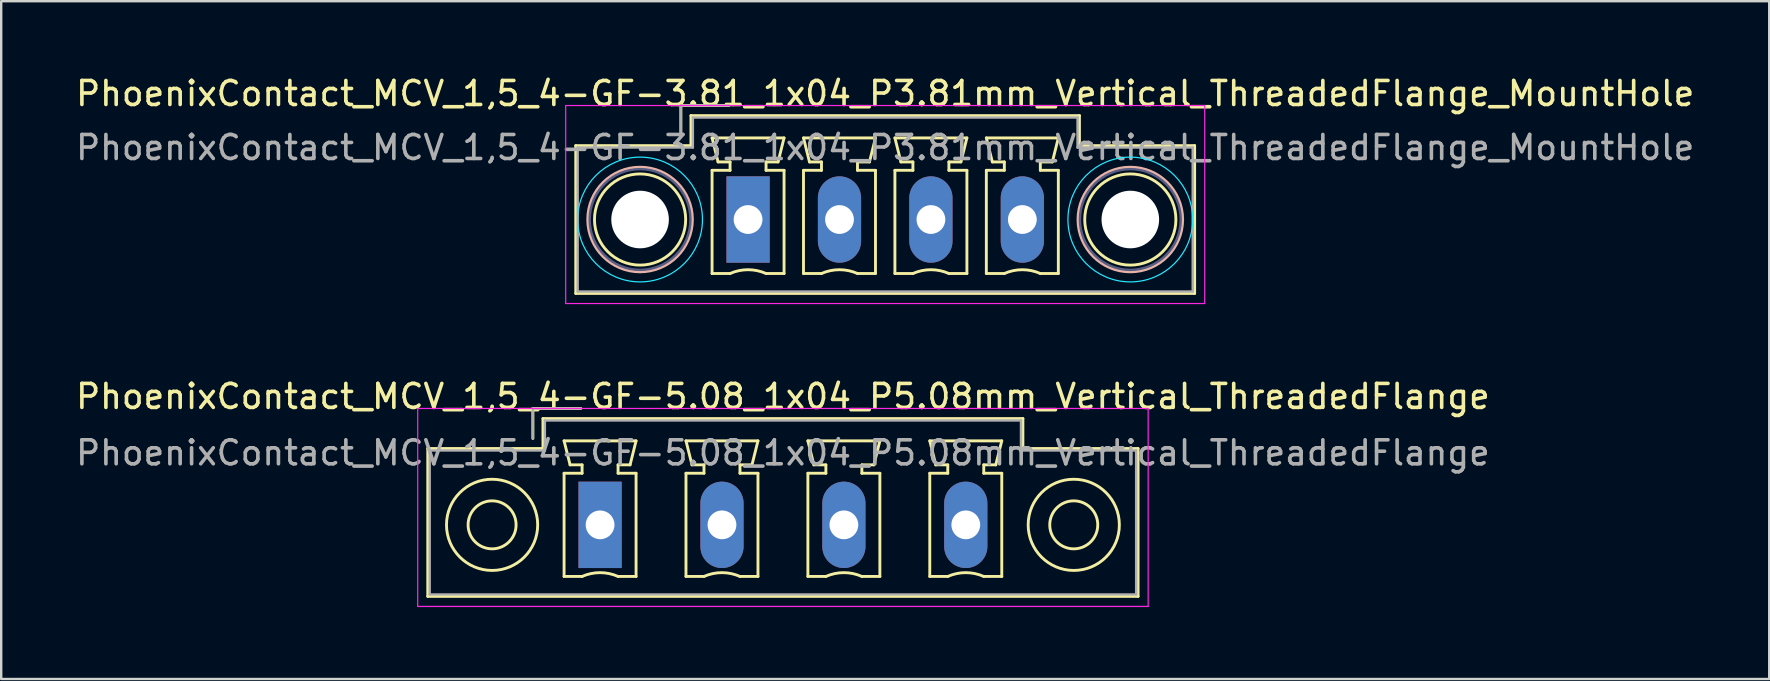
<source format=kicad_pcb>
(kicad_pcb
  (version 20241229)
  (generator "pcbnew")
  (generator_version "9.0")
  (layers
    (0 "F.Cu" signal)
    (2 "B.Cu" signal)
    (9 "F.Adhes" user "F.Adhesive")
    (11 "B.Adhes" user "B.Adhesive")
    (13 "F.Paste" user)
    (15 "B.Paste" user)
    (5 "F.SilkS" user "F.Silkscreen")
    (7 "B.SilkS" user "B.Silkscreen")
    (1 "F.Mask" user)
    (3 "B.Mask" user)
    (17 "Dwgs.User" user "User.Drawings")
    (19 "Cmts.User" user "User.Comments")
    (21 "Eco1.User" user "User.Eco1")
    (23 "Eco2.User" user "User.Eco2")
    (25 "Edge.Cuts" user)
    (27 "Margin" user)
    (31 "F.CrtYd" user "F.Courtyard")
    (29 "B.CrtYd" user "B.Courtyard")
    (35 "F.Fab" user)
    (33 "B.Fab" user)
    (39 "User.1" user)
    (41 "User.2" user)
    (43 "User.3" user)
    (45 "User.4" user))
  (footprint "PhoenixContact_MCV_1,5_4-GF-3.81_1x04_P3.81mm_Vertical_ThreadedFlange_MountHole"
    (layer "F.Cu")
    (at 28.124 6.098)
    (property "Reference" "PhoenixContact_MCV_1,5_4-GF-3.81_1x04_P3.81mm_Vertical_ThreadedFlange_MountHole" (at 5.715 -5.25 0) (layer "F.SilkS") (effects (font (size 1 1) (thickness 0.15))))
    (attr through_hole)
    (fp_line (start -7.18 -3.08) (end -7.18 3.08) (stroke (width 0.12) (type solid)) (layer "F.SilkS"))
    (fp_line (start -7.18 3.08) (end 18.61 3.08) (stroke (width 0.12) (type solid)) (layer "F.SilkS"))
    (fp_line (start -2.8 -4.75) (end -0.8 -4.75) (stroke (width 0.12) (type solid)) (layer "F.SilkS"))
    (fp_line (start -2.8 -3.5) (end -2.8 -4.75) (stroke (width 0.12) (type solid)) (layer "F.SilkS"))
    (fp_line (start -2.38 -4.33) (end -2.38 -3.08) (stroke (width 0.12) (type solid)) (layer "F.SilkS"))
    (fp_line (start -2.38 -3.08) (end -7.18 -3.08) (stroke (width 0.12) (type solid)) (layer "F.SilkS"))
    (fp_line (start -1.5 -3.4) (end 1.5 -3.4) (stroke (width 0.12) (type solid)) (layer "F.SilkS"))
    (fp_line (start -1.5 -2.05) (end -0.75 -2.05) (stroke (width 0.12) (type solid)) (layer "F.SilkS"))
    (fp_line (start -1.5 2.25) (end -1.5 -2.05) (stroke (width 0.12) (type solid)) (layer "F.SilkS"))
    (fp_line (start -1.25 -2.4) (end -1.5 -3.4) (stroke (width 0.12) (type solid)) (layer "F.SilkS"))
    (fp_line (start -0.75 -2.4) (end -1.25 -2.4) (stroke (width 0.12) (type solid)) (layer "F.SilkS"))
    (fp_line (start -0.75 -2.05) (end -0.75 -2.4) (stroke (width 0.12) (type solid)) (layer "F.SilkS"))
    (fp_line (start -0.75 2.25) (end -1.5 2.25) (stroke (width 0.12) (type solid)) (layer "F.SilkS"))
    (fp_line (start 0.75 -2.4) (end 0.75 -2.05) (stroke (width 0.12) (type solid)) (layer "F.SilkS"))
    (fp_line (start 0.75 -2.05) (end 1.5 -2.05) (stroke (width 0.12) (type solid)) (layer "F.SilkS"))
    (fp_line (start 1.25 -2.4) (end 0.75 -2.4) (stroke (width 0.12) (type solid)) (layer "F.SilkS"))
    (fp_line (start 1.5 -3.4) (end 1.25 -2.4) (stroke (width 0.12) (type solid)) (layer "F.SilkS"))
    (fp_line (start 1.5 -2.05) (end 1.5 2.25) (stroke (width 0.12) (type solid)) (layer "F.SilkS"))
    (fp_line (start 1.5 2.25) (end 0.75 2.25) (stroke (width 0.12) (type solid)) (layer "F.SilkS"))
    (fp_line (start 2.31 -3.4) (end 5.31 -3.4) (stroke (width 0.12) (type solid)) (layer "F.SilkS"))
    (fp_line (start 2.31 -2.05) (end 3.06 -2.05) (stroke (width 0.12) (type solid)) (layer "F.SilkS"))
    (fp_line (start 2.31 2.25) (end 2.31 -2.05) (stroke (width 0.12) (type solid)) (layer "F.SilkS"))
    (fp_line (start 2.56 -2.4) (end 2.31 -3.4) (stroke (width 0.12) (type solid)) (layer "F.SilkS"))
    (fp_line (start 3.06 -2.4) (end 2.56 -2.4) (stroke (width 0.12) (type solid)) (layer "F.SilkS"))
    (fp_line (start 3.06 -2.05) (end 3.06 -2.4) (stroke (width 0.12) (type solid)) (layer "F.SilkS"))
    (fp_line (start 3.06 2.25) (end 2.31 2.25) (stroke (width 0.12) (type solid)) (layer "F.SilkS"))
    (fp_line (start 4.56 -2.4) (end 4.56 -2.05) (stroke (width 0.12) (type solid)) (layer "F.SilkS"))
    (fp_line (start 4.56 -2.05) (end 5.31 -2.05) (stroke (width 0.12) (type solid)) (layer "F.SilkS"))
    (fp_line (start 5.06 -2.4) (end 4.56 -2.4) (stroke (width 0.12) (type solid)) (layer "F.SilkS"))
    (fp_line (start 5.31 -3.4) (end 5.06 -2.4) (stroke (width 0.12) (type solid)) (layer "F.SilkS"))
    (fp_line (start 5.31 -2.05) (end 5.31 2.25) (stroke (width 0.12) (type solid)) (layer "F.SilkS"))
    (fp_line (start 5.31 2.25) (end 4.56 2.25) (stroke (width 0.12) (type solid)) (layer "F.SilkS"))
    (fp_line (start 6.12 -3.4) (end 9.12 -3.4) (stroke (width 0.12) (type solid)) (layer "F.SilkS"))
    (fp_line (start 6.12 -2.05) (end 6.87 -2.05) (stroke (width 0.12) (type solid)) (layer "F.SilkS"))
    (fp_line (start 6.12 2.25) (end 6.12 -2.05) (stroke (width 0.12) (type solid)) (layer "F.SilkS"))
    (fp_line (start 6.37 -2.4) (end 6.12 -3.4) (stroke (width 0.12) (type solid)) (layer "F.SilkS"))
    (fp_line (start 6.87 -2.4) (end 6.37 -2.4) (stroke (width 0.12) (type solid)) (layer "F.SilkS"))
    (fp_line (start 6.87 -2.05) (end 6.87 -2.4) (stroke (width 0.12) (type solid)) (layer "F.SilkS"))
    (fp_line (start 6.87 2.25) (end 6.12 2.25) (stroke (width 0.12) (type solid)) (layer "F.SilkS"))
    (fp_line (start 8.37 -2.4) (end 8.37 -2.05) (stroke (width 0.12) (type solid)) (layer "F.SilkS"))
    (fp_line (start 8.37 -2.05) (end 9.12 -2.05) (stroke (width 0.12) (type solid)) (layer "F.SilkS"))
    (fp_line (start 8.87 -2.4) (end 8.37 -2.4) (stroke (width 0.12) (type solid)) (layer "F.SilkS"))
    (fp_line (start 9.12 -3.4) (end 8.87 -2.4) (stroke (width 0.12) (type solid)) (layer "F.SilkS"))
    (fp_line (start 9.12 -2.05) (end 9.12 2.25) (stroke (width 0.12) (type solid)) (layer "F.SilkS"))
    (fp_line (start 9.12 2.25) (end 8.37 2.25) (stroke (width 0.12) (type solid)) (layer "F.SilkS"))
    (fp_line (start 9.93 -3.4) (end 12.93 -3.4) (stroke (width 0.12) (type solid)) (layer "F.SilkS"))
    (fp_line (start 9.93 -2.05) (end 10.68 -2.05) (stroke (width 0.12) (type solid)) (layer "F.SilkS"))
    (fp_line (start 9.93 2.25) (end 9.93 -2.05) (stroke (width 0.12) (type solid)) (layer "F.SilkS"))
    (fp_line (start 10.18 -2.4) (end 9.93 -3.4) (stroke (width 0.12) (type solid)) (layer "F.SilkS"))
    (fp_line (start 10.68 -2.4) (end 10.18 -2.4) (stroke (width 0.12) (type solid)) (layer "F.SilkS"))
    (fp_line (start 10.68 -2.05) (end 10.68 -2.4) (stroke (width 0.12) (type solid)) (layer "F.SilkS"))
    (fp_line (start 10.68 2.25) (end 9.93 2.25) (stroke (width 0.12) (type solid)) (layer "F.SilkS"))
    (fp_line (start 12.18 -2.4) (end 12.18 -2.05) (stroke (width 0.12) (type solid)) (layer "F.SilkS"))
    (fp_line (start 12.18 -2.05) (end 12.93 -2.05) (stroke (width 0.12) (type solid)) (layer "F.SilkS"))
    (fp_line (start 12.68 -2.4) (end 12.18 -2.4) (stroke (width 0.12) (type solid)) (layer "F.SilkS"))
    (fp_line (start 12.93 -3.4) (end 12.68 -2.4) (stroke (width 0.12) (type solid)) (layer "F.SilkS"))
    (fp_line (start 12.93 -2.05) (end 12.93 2.25) (stroke (width 0.12) (type solid)) (layer "F.SilkS"))
    (fp_line (start 12.93 2.25) (end 12.18 2.25) (stroke (width 0.12) (type solid)) (layer "F.SilkS"))
    (fp_line (start 13.81 -4.33) (end -2.38 -4.33) (stroke (width 0.12) (type solid)) (layer "F.SilkS"))
    (fp_line (start 13.81 -3.08) (end 13.81 -4.33) (stroke (width 0.12) (type solid)) (layer "F.SilkS"))
    (fp_line (start 18.61 -3.08) (end 13.81 -3.08) (stroke (width 0.12) (type solid)) (layer "F.SilkS"))
    (fp_line (start 18.61 3.08) (end 18.61 -3.08) (stroke (width 0.12) (type solid)) (layer "F.SilkS"))
    (fp_arc (start -0.75 2.25) (mid -0.000193 2.09191) (end 0.749647 2.249844) (stroke (width 0.12) (type solid)) (layer "F.SilkS"))
    (fp_arc (start 3.06 2.25) (mid 3.809807 2.09191) (end 4.559647 2.249844) (stroke (width 0.12) (type solid)) (layer "F.SilkS"))
    (fp_arc (start 6.87 2.25) (mid 7.619807 2.09191) (end 8.369647 2.249844) (stroke (width 0.12) (type solid)) (layer "F.SilkS"))
    (fp_arc (start 10.68 2.25) (mid 11.429807 2.09191) (end 12.179647 2.249844) (stroke (width 0.12) (type solid)) (layer "F.SilkS"))
    (fp_circle (center -4.5 0) (end -2.6 0) (stroke (width 0.12) (type solid)) (fill no) (layer "F.SilkS"))
    (fp_circle (center 15.93 0) (end 17.83 0) (stroke (width 0.12) (type solid)) (fill no) (layer "F.SilkS"))
    (fp_circle (center -4.5 0) (end -2.32 0) (stroke (width 0.12) (type solid)) (fill no) (layer "B.SilkS"))
    (fp_circle (center 15.93 0) (end 18.11 0) (stroke (width 0.12) (type solid)) (fill no) (layer "B.SilkS"))
    (fp_circle (center -4.5 0) (end -1.9 0) (stroke (width 0.05) (type solid)) (fill no) (layer "B.CrtYd"))
    (fp_circle (center 15.93 0) (end 18.53 0) (stroke (width 0.05) (type solid)) (fill no) (layer "B.CrtYd"))
    (fp_line (start -7.6 -4.75) (end -7.6 3.5) (stroke (width 0.05) (type solid)) (layer "F.CrtYd"))
    (fp_line (start -7.6 3.5) (end 19.03 3.5) (stroke (width 0.05) (type solid)) (layer "F.CrtYd"))
    (fp_line (start 19.03 -4.75) (end -7.6 -4.75) (stroke (width 0.05) (type solid)) (layer "F.CrtYd"))
    (fp_line (start 19.03 3.5) (end 19.03 -4.75) (stroke (width 0.05) (type solid)) (layer "F.CrtYd"))
    (fp_circle (center -4.5 0) (end -2.4 0) (stroke (width 0.1) (type solid)) (fill no) (layer "B.Fab"))
    (fp_circle (center 15.93 0) (end 18.03 0) (stroke (width 0.1) (type solid)) (fill no) (layer "B.Fab"))
    (fp_line (start -7.1 -3) (end -7.1 3) (stroke (width 0.1) (type solid)) (layer "F.Fab"))
    (fp_line (start -7.1 3) (end 18.53 3) (stroke (width 0.1) (type solid)) (layer "F.Fab"))
    (fp_line (start -2.8 -4.75) (end -0.8 -4.75) (stroke (width 0.1) (type solid)) (layer "F.Fab"))
    (fp_line (start -2.8 -3.5) (end -2.8 -4.75) (stroke (width 0.1) (type solid)) (layer "F.Fab"))
    (fp_line (start -2.3 -4.25) (end -2.3 -3) (stroke (width 0.1) (type solid)) (layer "F.Fab"))
    (fp_line (start -2.3 -3) (end -7.1 -3) (stroke (width 0.1) (type solid)) (layer "F.Fab"))
    (fp_line (start 13.73 -4.25) (end -2.3 -4.25) (stroke (width 0.1) (type solid)) (layer "F.Fab"))
    (fp_line (start 13.73 -3) (end 13.73 -4.25) (stroke (width 0.1) (type solid)) (layer "F.Fab"))
    (fp_line (start 18.53 -3) (end 13.73 -3) (stroke (width 0.1) (type solid)) (layer "F.Fab"))
    (fp_line (start 18.53 3) (end 18.53 -3) (stroke (width 0.1) (type solid)) (layer "F.Fab"))
    (fp_text user "${REFERENCE}" (at 5.715 -3 0) (layer "F.Fab") (effects (font (size 1 1) (thickness 0.15))))
    (pad "" np_thru_hole circle (at -4.5 0) (size 2.4 2.4) (drill 2.4) (layers "*.Cu" "*.Mask"))
    (pad "" np_thru_hole circle (at 15.93 0) (size 2.4 2.4) (drill 2.4) (layers "*.Cu" "*.Mask"))
    (pad "1" thru_hole rect (at 0 0) (size 1.8 3.6) (drill 1.2) (layers "*.Cu" "*.Mask"))
    (pad "2" thru_hole oval (at 3.81 0) (size 1.8 3.6) (drill 1.2) (layers "*.Cu" "*.Mask"))
    (pad "3" thru_hole oval (at 7.62 0) (size 1.8 3.6) (drill 1.2) (layers "*.Cu" "*.Mask"))
    (pad "4" thru_hole oval (at 11.43 0) (size 1.8 3.6) (drill 1.2) (layers "*.Cu" "*.Mask")))
  (footprint "PhoenixContact_MCV_1,5_4-GF-5.08_1x04_P5.08mm_Vertical_ThreadedFlange"
    (layer "F.Cu")
    (at 21.957 18.822)
    (property "Reference" "PhoenixContact_MCV_1,5_4-GF-5.08_1x04_P5.08mm_Vertical_ThreadedFlange" (at 7.62 -5.35 0) (layer "F.SilkS") (effects (font (size 1 1) (thickness 0.15))))
    (attr through_hole)
    (fp_line (start -7.18 -3.18) (end -7.18 2.98) (stroke (width 0.12) (type solid)) (layer "F.SilkS"))
    (fp_line (start -7.18 2.98) (end 22.42 2.98) (stroke (width 0.12) (type solid)) (layer "F.SilkS"))
    (fp_line (start -2.8 -4.85) (end -0.8 -4.85) (stroke (width 0.12) (type solid)) (layer "F.SilkS"))
    (fp_line (start -2.8 -3.6) (end -2.8 -4.85) (stroke (width 0.12) (type solid)) (layer "F.SilkS"))
    (fp_line (start -2.38 -4.43) (end -2.38 -3.18) (stroke (width 0.12) (type solid)) (layer "F.SilkS"))
    (fp_line (start -2.38 -3.18) (end -7.18 -3.18) (stroke (width 0.12) (type solid)) (layer "F.SilkS"))
    (fp_line (start -1.5 -3.5) (end 1.5 -3.5) (stroke (width 0.12) (type solid)) (layer "F.SilkS"))
    (fp_line (start -1.5 -2.15) (end -0.75 -2.15) (stroke (width 0.12) (type solid)) (layer "F.SilkS"))
    (fp_line (start -1.5 2.15) (end -1.5 -2.15) (stroke (width 0.12) (type solid)) (layer "F.SilkS"))
    (fp_line (start -1.25 -2.5) (end -1.5 -3.5) (stroke (width 0.12) (type solid)) (layer "F.SilkS"))
    (fp_line (start -0.75 -2.5) (end -1.25 -2.5) (stroke (width 0.12) (type solid)) (layer "F.SilkS"))
    (fp_line (start -0.75 -2.15) (end -0.75 -2.5) (stroke (width 0.12) (type solid)) (layer "F.SilkS"))
    (fp_line (start -0.75 2.15) (end -1.5 2.15) (stroke (width 0.12) (type solid)) (layer "F.SilkS"))
    (fp_line (start 0.75 -2.5) (end 0.75 -2.15) (stroke (width 0.12) (type solid)) (layer "F.SilkS"))
    (fp_line (start 0.75 -2.15) (end 1.5 -2.15) (stroke (width 0.12) (type solid)) (layer "F.SilkS"))
    (fp_line (start 1.25 -2.5) (end 0.75 -2.5) (stroke (width 0.12) (type solid)) (layer "F.SilkS"))
    (fp_line (start 1.5 -3.5) (end 1.25 -2.5) (stroke (width 0.12) (type solid)) (layer "F.SilkS"))
    (fp_line (start 1.5 -2.15) (end 1.5 2.15) (stroke (width 0.12) (type solid)) (layer "F.SilkS"))
    (fp_line (start 1.5 2.15) (end 0.75 2.15) (stroke (width 0.12) (type solid)) (layer "F.SilkS"))
    (fp_line (start 3.58 -3.5) (end 6.58 -3.5) (stroke (width 0.12) (type solid)) (layer "F.SilkS"))
    (fp_line (start 3.58 -2.15) (end 4.33 -2.15) (stroke (width 0.12) (type solid)) (layer "F.SilkS"))
    (fp_line (start 3.58 2.15) (end 3.58 -2.15) (stroke (width 0.12) (type solid)) (layer "F.SilkS"))
    (fp_line (start 3.83 -2.5) (end 3.58 -3.5) (stroke (width 0.12) (type solid)) (layer "F.SilkS"))
    (fp_line (start 4.33 -2.5) (end 3.83 -2.5) (stroke (width 0.12) (type solid)) (layer "F.SilkS"))
    (fp_line (start 4.33 -2.15) (end 4.33 -2.5) (stroke (width 0.12) (type solid)) (layer "F.SilkS"))
    (fp_line (start 4.33 2.15) (end 3.58 2.15) (stroke (width 0.12) (type solid)) (layer "F.SilkS"))
    (fp_line (start 5.83 -2.5) (end 5.83 -2.15) (stroke (width 0.12) (type solid)) (layer "F.SilkS"))
    (fp_line (start 5.83 -2.15) (end 6.58 -2.15) (stroke (width 0.12) (type solid)) (layer "F.SilkS"))
    (fp_line (start 6.33 -2.5) (end 5.83 -2.5) (stroke (width 0.12) (type solid)) (layer "F.SilkS"))
    (fp_line (start 6.58 -3.5) (end 6.33 -2.5) (stroke (width 0.12) (type solid)) (layer "F.SilkS"))
    (fp_line (start 6.58 -2.15) (end 6.58 2.15) (stroke (width 0.12) (type solid)) (layer "F.SilkS"))
    (fp_line (start 6.58 2.15) (end 5.83 2.15) (stroke (width 0.12) (type solid)) (layer "F.SilkS"))
    (fp_line (start 8.66 -3.5) (end 11.66 -3.5) (stroke (width 0.12) (type solid)) (layer "F.SilkS"))
    (fp_line (start 8.66 -2.15) (end 9.41 -2.15) (stroke (width 0.12) (type solid)) (layer "F.SilkS"))
    (fp_line (start 8.66 2.15) (end 8.66 -2.15) (stroke (width 0.12) (type solid)) (layer "F.SilkS"))
    (fp_line (start 8.91 -2.5) (end 8.66 -3.5) (stroke (width 0.12) (type solid)) (layer "F.SilkS"))
    (fp_line (start 9.41 -2.5) (end 8.91 -2.5) (stroke (width 0.12) (type solid)) (layer "F.SilkS"))
    (fp_line (start 9.41 -2.15) (end 9.41 -2.5) (stroke (width 0.12) (type solid)) (layer "F.SilkS"))
    (fp_line (start 9.41 2.15) (end 8.66 2.15) (stroke (width 0.12) (type solid)) (layer "F.SilkS"))
    (fp_line (start 10.91 -2.5) (end 10.91 -2.15) (stroke (width 0.12) (type solid)) (layer "F.SilkS"))
    (fp_line (start 10.91 -2.15) (end 11.66 -2.15) (stroke (width 0.12) (type solid)) (layer "F.SilkS"))
    (fp_line (start 11.41 -2.5) (end 10.91 -2.5) (stroke (width 0.12) (type solid)) (layer "F.SilkS"))
    (fp_line (start 11.66 -3.5) (end 11.41 -2.5) (stroke (width 0.12) (type solid)) (layer "F.SilkS"))
    (fp_line (start 11.66 -2.15) (end 11.66 2.15) (stroke (width 0.12) (type solid)) (layer "F.SilkS"))
    (fp_line (start 11.66 2.15) (end 10.91 2.15) (stroke (width 0.12) (type solid)) (layer "F.SilkS"))
    (fp_line (start 13.74 -3.5) (end 16.74 -3.5) (stroke (width 0.12) (type solid)) (layer "F.SilkS"))
    (fp_line (start 13.74 -2.15) (end 14.49 -2.15) (stroke (width 0.12) (type solid)) (layer "F.SilkS"))
    (fp_line (start 13.74 2.15) (end 13.74 -2.15) (stroke (width 0.12) (type solid)) (layer "F.SilkS"))
    (fp_line (start 13.99 -2.5) (end 13.74 -3.5) (stroke (width 0.12) (type solid)) (layer "F.SilkS"))
    (fp_line (start 14.49 -2.5) (end 13.99 -2.5) (stroke (width 0.12) (type solid)) (layer "F.SilkS"))
    (fp_line (start 14.49 -2.15) (end 14.49 -2.5) (stroke (width 0.12) (type solid)) (layer "F.SilkS"))
    (fp_line (start 14.49 2.15) (end 13.74 2.15) (stroke (width 0.12) (type solid)) (layer "F.SilkS"))
    (fp_line (start 15.99 -2.5) (end 15.99 -2.15) (stroke (width 0.12) (type solid)) (layer "F.SilkS"))
    (fp_line (start 15.99 -2.15) (end 16.74 -2.15) (stroke (width 0.12) (type solid)) (layer "F.SilkS"))
    (fp_line (start 16.49 -2.5) (end 15.99 -2.5) (stroke (width 0.12) (type solid)) (layer "F.SilkS"))
    (fp_line (start 16.74 -3.5) (end 16.49 -2.5) (stroke (width 0.12) (type solid)) (layer "F.SilkS"))
    (fp_line (start 16.74 -2.15) (end 16.74 2.15) (stroke (width 0.12) (type solid)) (layer "F.SilkS"))
    (fp_line (start 16.74 2.15) (end 15.99 2.15) (stroke (width 0.12) (type solid)) (layer "F.SilkS"))
    (fp_line (start 17.62 -4.43) (end -2.38 -4.43) (stroke (width 0.12) (type solid)) (layer "F.SilkS"))
    (fp_line (start 17.62 -3.18) (end 17.62 -4.43) (stroke (width 0.12) (type solid)) (layer "F.SilkS"))
    (fp_line (start 22.42 -3.18) (end 17.62 -3.18) (stroke (width 0.12) (type solid)) (layer "F.SilkS"))
    (fp_line (start 22.42 2.98) (end 22.42 -3.18) (stroke (width 0.12) (type solid)) (layer "F.SilkS"))
    (fp_arc (start -0.75 2.15) (mid -0.000193 1.99191) (end 0.749647 2.149844) (stroke (width 0.12) (type solid)) (layer "F.SilkS"))
    (fp_arc (start 4.33 2.15) (mid 5.079807 1.99191) (end 5.829647 2.149844) (stroke (width 0.12) (type solid)) (layer "F.SilkS"))
    (fp_arc (start 9.41 2.15) (mid 10.159807 1.99191) (end 10.909647 2.149844) (stroke (width 0.12) (type solid)) (layer "F.SilkS"))
    (fp_arc (start 14.49 2.15) (mid 15.239807 1.99191) (end 15.989647 2.149844) (stroke (width 0.12) (type solid)) (layer "F.SilkS"))
    (fp_circle (center -4.5 0) (end -3.5 0) (stroke (width 0.12) (type solid)) (fill no) (layer "F.SilkS"))
    (fp_circle (center -4.5 0) (end -2.6 0) (stroke (width 0.12) (type solid)) (fill no) (layer "F.SilkS"))
    (fp_circle (center 19.74 0) (end 20.74 0) (stroke (width 0.12) (type solid)) (fill no) (layer "F.SilkS"))
    (fp_circle (center 19.74 0) (end 21.64 0) (stroke (width 0.12) (type solid)) (fill no) (layer "F.SilkS"))
    (fp_line (start -7.6 -4.85) (end -7.6 3.4) (stroke (width 0.05) (type solid)) (layer "F.CrtYd"))
    (fp_line (start -7.6 3.4) (end 22.84 3.4) (stroke (width 0.05) (type solid)) (layer "F.CrtYd"))
    (fp_line (start 22.84 -4.85) (end -7.6 -4.85) (stroke (width 0.05) (type solid)) (layer "F.CrtYd"))
    (fp_line (start 22.84 3.4) (end 22.84 -4.85) (stroke (width 0.05) (type solid)) (layer "F.CrtYd"))
    (fp_line (start -7.1 -3.1) (end -7.1 2.9) (stroke (width 0.1) (type solid)) (layer "F.Fab"))
    (fp_line (start -7.1 2.9) (end 22.34 2.9) (stroke (width 0.1) (type solid)) (layer "F.Fab"))
    (fp_line (start -2.8 -4.85) (end -0.8 -4.85) (stroke (width 0.1) (type solid)) (layer "F.Fab"))
    (fp_line (start -2.8 -3.6) (end -2.8 -4.85) (stroke (width 0.1) (type solid)) (layer "F.Fab"))
    (fp_line (start -2.3 -4.35) (end -2.3 -3.1) (stroke (width 0.1) (type solid)) (layer "F.Fab"))
    (fp_line (start -2.3 -3.1) (end -7.1 -3.1) (stroke (width 0.1) (type solid)) (layer "F.Fab"))
    (fp_line (start 17.54 -4.35) (end -2.3 -4.35) (stroke (width 0.1) (type solid)) (layer "F.Fab"))
    (fp_line (start 17.54 -3.1) (end 17.54 -4.35) (stroke (width 0.1) (type solid)) (layer "F.Fab"))
    (fp_line (start 22.34 -3.1) (end 17.54 -3.1) (stroke (width 0.1) (type solid)) (layer "F.Fab"))
    (fp_line (start 22.34 2.9) (end 22.34 -3.1) (stroke (width 0.1) (type solid)) (layer "F.Fab"))
    (fp_text user "${REFERENCE}" (at 7.62 -3 0) (layer "F.Fab") (effects (font (size 1 1) (thickness 0.15))))
    (pad "1" thru_hole rect (at 0 0) (size 1.8 3.6) (drill 1.2) (layers "*.Cu" "*.Mask"))
    (pad "2" thru_hole oval (at 5.08 0) (size 1.8 3.6) (drill 1.2) (layers "*.Cu" "*.Mask"))
    (pad "3" thru_hole oval (at 10.16 0) (size 1.8 3.6) (drill 1.2) (layers "*.Cu" "*.Mask"))
    (pad "4" thru_hole oval (at 15.24 0) (size 1.8 3.6) (drill 1.2) (layers "*.Cu" "*.Mask")))
  (gr_rect
    (start -3 -3)
    (end 70.679 25.247)
    (stroke (width 0.1) (type default))
    (fill no)
    (layer "Edge.Cuts")))
</source>
